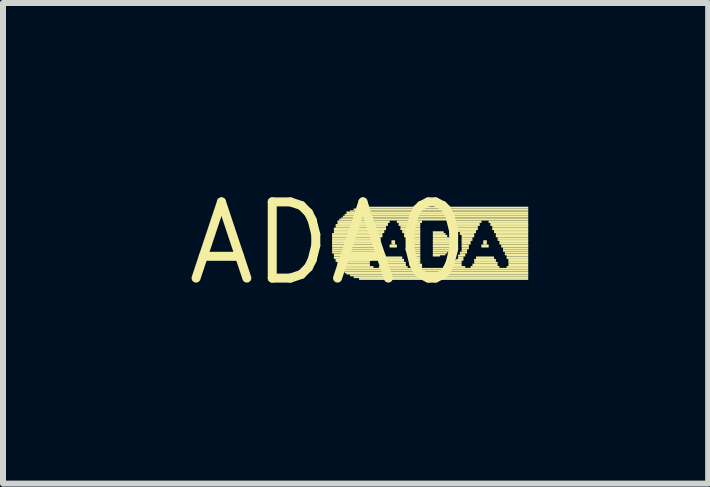
<source format=kicad_pcb>
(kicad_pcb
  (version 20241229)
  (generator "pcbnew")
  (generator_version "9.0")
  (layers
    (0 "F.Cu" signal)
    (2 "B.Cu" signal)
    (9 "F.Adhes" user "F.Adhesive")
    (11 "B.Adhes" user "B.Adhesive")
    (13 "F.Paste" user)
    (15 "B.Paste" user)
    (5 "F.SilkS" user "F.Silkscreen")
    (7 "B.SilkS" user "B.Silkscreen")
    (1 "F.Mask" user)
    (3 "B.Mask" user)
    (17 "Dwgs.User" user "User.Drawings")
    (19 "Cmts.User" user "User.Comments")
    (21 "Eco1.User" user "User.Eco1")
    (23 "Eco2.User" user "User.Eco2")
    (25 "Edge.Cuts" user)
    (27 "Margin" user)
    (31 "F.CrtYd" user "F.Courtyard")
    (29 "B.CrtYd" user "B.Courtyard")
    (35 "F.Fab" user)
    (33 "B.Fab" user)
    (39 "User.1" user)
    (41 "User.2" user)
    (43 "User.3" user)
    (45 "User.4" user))
  (footprint "ADA0"
    (layer "F.Cu")
    (at 2.426 1.006)
    (property "Reference" "ADA0" (at 0 0 0) (layer "F.SilkS") (effects (font (size 1.27 1.27) (thickness 0.15))))
    (fp_poly (pts (xy 0.06 -0.14) (xy 0.9 -0.14) (xy 0.9 -0.17) (xy 0.06 -0.17)) (stroke (width 0) (type default)) (fill yes) (layer "F.SilkS"))
    (fp_poly (pts (xy 0.06 -0.1) (xy 0.9 -0.1) (xy 0.9 -0.14) (xy 0.06 -0.14)) (stroke (width 0) (type default)) (fill yes) (layer "F.SilkS"))
    (fp_poly (pts (xy 0.06 -0.07) (xy 0.87 -0.07) (xy 0.87 -0.1) (xy 0.06 -0.1)) (stroke (width 0) (type default)) (fill yes) (layer "F.SilkS"))
    (fp_poly (pts (xy 0.06 -0.04) (xy 0.87 -0.04) (xy 0.87 -0.07) (xy 0.06 -0.07)) (stroke (width 0) (type default)) (fill yes) (layer "F.SilkS"))
    (fp_poly (pts (xy 0.06 -0.02) (xy 0.84 -0.02) (xy 0.84 -0.05) (xy 0.06 -0.05)) (stroke (width 0) (type default)) (fill yes) (layer "F.SilkS"))
    (fp_poly (pts (xy 0.06 0.02) (xy 0.84 0.02) (xy 0.84 -0.02) (xy 0.06 -0.02)) (stroke (width 0) (type default)) (fill yes) (layer "F.SilkS"))
    (fp_poly (pts (xy 0.06 0.05) (xy 0.81 0.05) (xy 0.81 0.02) (xy 0.06 0.02)) (stroke (width 0) (type default)) (fill yes) (layer "F.SilkS"))
    (fp_poly (pts (xy 0.06 0.07) (xy 0.81 0.07) (xy 0.81 0.04) (xy 0.06 0.04)) (stroke (width 0) (type default)) (fill yes) (layer "F.SilkS"))
    (fp_poly (pts (xy 0.06 0.1) (xy 0.81 0.1) (xy 0.81 0.07) (xy 0.06 0.07)) (stroke (width 0) (type default)) (fill yes) (layer "F.SilkS"))
    (fp_poly (pts (xy 0.06 0.14) (xy 0.78 0.14) (xy 0.78 0.1) (xy 0.06 0.1)) (stroke (width 0) (type default)) (fill yes) (layer "F.SilkS"))
    (fp_poly (pts (xy 0.06 0.17) (xy 0.78 0.17) (xy 0.78 0.14) (xy 0.06 0.14)) (stroke (width 0) (type default)) (fill yes) (layer "F.SilkS"))
    (fp_poly (pts (xy 0.09 -0.22) (xy 0.96 -0.22) (xy 0.96 -0.26) (xy 0.09 -0.26)) (stroke (width 0) (type default)) (fill yes) (layer "F.SilkS"))
    (fp_poly (pts (xy 0.09 -0.19) (xy 0.93 -0.19) (xy 0.93 -0.22) (xy 0.09 -0.22)) (stroke (width 0) (type default)) (fill yes) (layer "F.SilkS"))
    (fp_poly (pts (xy 0.09 -0.17) (xy 0.93 -0.17) (xy 0.93 -0.2) (xy 0.09 -0.2)) (stroke (width 0) (type default)) (fill yes) (layer "F.SilkS"))
    (fp_poly (pts (xy 0.09 0.2) (xy 0.75 0.2) (xy 0.75 0.17) (xy 0.09 0.17)) (stroke (width 0) (type default)) (fill yes) (layer "F.SilkS"))
    (fp_poly (pts (xy 0.09 0.22) (xy 0.75 0.22) (xy 0.75 0.19) (xy 0.09 0.19)) (stroke (width 0) (type default)) (fill yes) (layer "F.SilkS"))
    (fp_poly (pts (xy 0.09 0.26) (xy 0.72 0.26) (xy 0.72 0.22) (xy 0.09 0.22)) (stroke (width 0) (type default)) (fill yes) (layer "F.SilkS"))
    (fp_poly (pts (xy 0.12 -0.29) (xy 0.99 -0.29) (xy 0.99 -0.32) (xy 0.12 -0.32)) (stroke (width 0) (type default)) (fill yes) (layer "F.SilkS"))
    (fp_poly (pts (xy 0.12 -0.26) (xy 0.96 -0.26) (xy 0.96 -0.29) (xy 0.12 -0.29)) (stroke (width 0) (type default)) (fill yes) (layer "F.SilkS"))
    (fp_poly (pts (xy 0.12 0.29) (xy 0.72 0.29) (xy 0.72 0.26) (xy 0.12 0.26)) (stroke (width 0) (type default)) (fill yes) (layer "F.SilkS"))
    (fp_poly (pts (xy 0.12 0.31) (xy 0.69 0.31) (xy 0.69 0.28) (xy 0.12 0.28)) (stroke (width 0) (type default)) (fill yes) (layer "F.SilkS"))
    (fp_poly (pts (xy 0.15 -0.34) (xy 1.02 -0.34) (xy 1.02 -0.38) (xy 0.15 -0.38)) (stroke (width 0) (type default)) (fill yes) (layer "F.SilkS"))
    (fp_poly (pts (xy 0.15 -0.31) (xy 0.99 -0.31) (xy 0.99 -0.34) (xy 0.15 -0.34)) (stroke (width 0) (type default)) (fill yes) (layer "F.SilkS"))
    (fp_poly (pts (xy 0.15 0.34) (xy 0.69 0.34) (xy 0.69 0.31) (xy 0.15 0.31)) (stroke (width 0) (type default)) (fill yes) (layer "F.SilkS"))
    (fp_poly (pts (xy 0.15 0.38) (xy 0.69 0.38) (xy 0.69 0.34) (xy 0.15 0.34)) (stroke (width 0) (type default)) (fill yes) (layer "F.SilkS"))
    (fp_poly (pts (xy 0.18 -0.38) (xy 3.33 -0.38) (xy 3.33 -0.41) (xy 0.18 -0.41)) (stroke (width 0) (type default)) (fill yes) (layer "F.SilkS"))
    (fp_poly (pts (xy 0.18 0.41) (xy 0.75 0.41) (xy 0.75 0.38) (xy 0.18 0.38)) (stroke (width 0) (type default)) (fill yes) (layer "F.SilkS"))
    (fp_poly (pts (xy 0.21 -0.41) (xy 3.33 -0.41) (xy 3.33 -0.43) (xy 0.21 -0.43)) (stroke (width 0) (type default)) (fill yes) (layer "F.SilkS"))
    (fp_poly (pts (xy 0.21 0.44) (xy 3.33 0.44) (xy 3.33 0.41) (xy 0.21 0.41)) (stroke (width 0) (type default)) (fill yes) (layer "F.SilkS"))
    (fp_poly (pts (xy 0.24 -0.43) (xy 3.33 -0.43) (xy 3.33 -0.46) (xy 0.24 -0.46)) (stroke (width 0) (type default)) (fill yes) (layer "F.SilkS"))
    (fp_poly (pts (xy 0.24 0.47) (xy 3.33 0.47) (xy 3.33 0.44) (xy 0.24 0.44)) (stroke (width 0) (type default)) (fill yes) (layer "F.SilkS"))
    (fp_poly (pts (xy 0.27 -0.46) (xy 3.33 -0.46) (xy 3.33 -0.49) (xy 0.27 -0.49)) (stroke (width 0) (type default)) (fill yes) (layer "F.SilkS"))
    (fp_poly (pts (xy 0.27 0.5) (xy 3.33 0.5) (xy 3.33 0.47) (xy 0.27 0.47)) (stroke (width 0) (type default)) (fill yes) (layer "F.SilkS"))
    (fp_poly (pts (xy 0.3 -0.49) (xy 3.33 -0.49) (xy 3.33 -0.53) (xy 0.3 -0.53)) (stroke (width 0) (type default)) (fill yes) (layer "F.SilkS"))
    (fp_poly (pts (xy 0.3 0.52) (xy 3.33 0.52) (xy 3.33 0.49) (xy 0.3 0.49)) (stroke (width 0) (type default)) (fill yes) (layer "F.SilkS"))
    (fp_poly (pts (xy 0.36 -0.53) (xy 3.33 -0.53) (xy 3.33 -0.55) (xy 0.36 -0.55)) (stroke (width 0) (type default)) (fill yes) (layer "F.SilkS"))
    (fp_poly (pts (xy 0.36 0.55) (xy 3.33 0.55) (xy 3.33 0.52) (xy 0.36 0.52)) (stroke (width 0) (type default)) (fill yes) (layer "F.SilkS"))
    (fp_poly (pts (xy 0.42 -0.55) (xy 3.33 -0.55) (xy 3.33 -0.58) (xy 0.42 -0.58)) (stroke (width 0) (type default)) (fill yes) (layer "F.SilkS"))
    (fp_poly (pts (xy 0.42 0.58) (xy 3.33 0.58) (xy 3.33 0.55) (xy 0.42 0.55)) (stroke (width 0) (type default)) (fill yes) (layer "F.SilkS"))
    (fp_poly (pts (xy 0.51 -0.58) (xy 3.33 -0.58) (xy 3.33 -0.61) (xy 0.51 -0.61)) (stroke (width 0) (type default)) (fill yes) (layer "F.SilkS"))
    (fp_poly (pts (xy 0.51 0.61) (xy 3.33 0.61) (xy 3.33 0.58) (xy 0.51 0.58)) (stroke (width 0) (type default)) (fill yes) (layer "F.SilkS"))
    (fp_poly (pts (xy 0.84 0.41) (xy 1.32 0.41) (xy 1.32 0.38) (xy 0.84 0.38)) (stroke (width 0) (type default)) (fill yes) (layer "F.SilkS"))
    (fp_poly (pts (xy 0.87 0.38) (xy 1.29 0.38) (xy 1.29 0.34) (xy 0.87 0.34)) (stroke (width 0) (type default)) (fill yes) (layer "F.SilkS"))
    (fp_poly (pts (xy 0.9 0.29) (xy 1.26 0.29) (xy 1.26 0.26) (xy 0.9 0.26)) (stroke (width 0) (type default)) (fill yes) (layer "F.SilkS"))
    (fp_poly (pts (xy 0.9 0.31) (xy 1.26 0.31) (xy 1.26 0.28) (xy 0.9 0.28)) (stroke (width 0) (type default)) (fill yes) (layer "F.SilkS"))
    (fp_poly (pts (xy 0.9 0.34) (xy 1.29 0.34) (xy 1.29 0.31) (xy 0.9 0.31)) (stroke (width 0) (type default)) (fill yes) (layer "F.SilkS"))
    (fp_poly (pts (xy 0.93 0.26) (xy 1.23 0.26) (xy 1.23 0.22) (xy 0.93 0.22)) (stroke (width 0) (type default)) (fill yes) (layer "F.SilkS"))
    (fp_poly (pts (xy 1.02 0.05) (xy 1.14 0.05) (xy 1.14 0.02) (xy 1.02 0.02)) (stroke (width 0) (type default)) (fill yes) (layer "F.SilkS"))
    (fp_poly (pts (xy 1.02 0.07) (xy 1.14 0.07) (xy 1.14 0.04) (xy 1.02 0.04)) (stroke (width 0) (type default)) (fill yes) (layer "F.SilkS"))
    (fp_poly (pts (xy 1.05 -0.02) (xy 1.11 -0.02) (xy 1.11 -0.05) (xy 1.05 -0.05)) (stroke (width 0) (type default)) (fill yes) (layer "F.SilkS"))
    (fp_poly (pts (xy 1.05 0.02) (xy 1.11 0.02) (xy 1.11 -0.02) (xy 1.05 -0.02)) (stroke (width 0) (type default)) (fill yes) (layer "F.SilkS"))
    (fp_poly (pts (xy 1.14 -0.34) (xy 1.56 -0.34) (xy 1.56 -0.38) (xy 1.14 -0.38)) (stroke (width 0) (type default)) (fill yes) (layer "F.SilkS"))
    (fp_poly (pts (xy 1.17 -0.31) (xy 1.53 -0.31) (xy 1.53 -0.34) (xy 1.17 -0.34)) (stroke (width 0) (type default)) (fill yes) (layer "F.SilkS"))
    (fp_poly (pts (xy 1.17 -0.29) (xy 1.53 -0.29) (xy 1.53 -0.32) (xy 1.17 -0.32)) (stroke (width 0) (type default)) (fill yes) (layer "F.SilkS"))
    (fp_poly (pts (xy 1.2 -0.26) (xy 1.53 -0.26) (xy 1.53 -0.29) (xy 1.2 -0.29)) (stroke (width 0) (type default)) (fill yes) (layer "F.SilkS"))
    (fp_poly (pts (xy 1.2 -0.22) (xy 1.53 -0.22) (xy 1.53 -0.26) (xy 1.2 -0.26)) (stroke (width 0) (type default)) (fill yes) (layer "F.SilkS"))
    (fp_poly (pts (xy 1.23 -0.19) (xy 1.53 -0.19) (xy 1.53 -0.22) (xy 1.23 -0.22)) (stroke (width 0) (type default)) (fill yes) (layer "F.SilkS"))
    (fp_poly (pts (xy 1.23 -0.17) (xy 1.53 -0.17) (xy 1.53 -0.2) (xy 1.23 -0.2)) (stroke (width 0) (type default)) (fill yes) (layer "F.SilkS"))
    (fp_poly (pts (xy 1.26 -0.14) (xy 1.53 -0.14) (xy 1.53 -0.17) (xy 1.26 -0.17)) (stroke (width 0) (type default)) (fill yes) (layer "F.SilkS"))
    (fp_poly (pts (xy 1.26 -0.1) (xy 1.53 -0.1) (xy 1.53 -0.14) (xy 1.26 -0.14)) (stroke (width 0) (type default)) (fill yes) (layer "F.SilkS"))
    (fp_poly (pts (xy 1.29 -0.07) (xy 1.53 -0.07) (xy 1.53 -0.1) (xy 1.29 -0.1)) (stroke (width 0) (type default)) (fill yes) (layer "F.SilkS"))
    (fp_poly (pts (xy 1.29 -0.04) (xy 1.53 -0.04) (xy 1.53 -0.07) (xy 1.29 -0.07)) (stroke (width 0) (type default)) (fill yes) (layer "F.SilkS"))
    (fp_poly (pts (xy 1.32 -0.02) (xy 1.53 -0.02) (xy 1.53 -0.05) (xy 1.32 -0.05)) (stroke (width 0) (type default)) (fill yes) (layer "F.SilkS"))
    (fp_poly (pts (xy 1.32 0.02) (xy 1.53 0.02) (xy 1.53 -0.02) (xy 1.32 -0.02)) (stroke (width 0) (type default)) (fill yes) (layer "F.SilkS"))
    (fp_poly (pts (xy 1.35 0.05) (xy 1.53 0.05) (xy 1.53 0.02) (xy 1.35 0.02)) (stroke (width 0) (type default)) (fill yes) (layer "F.SilkS"))
    (fp_poly (pts (xy 1.35 0.07) (xy 1.53 0.07) (xy 1.53 0.04) (xy 1.35 0.04)) (stroke (width 0) (type default)) (fill yes) (layer "F.SilkS"))
    (fp_poly (pts (xy 1.38 0.1) (xy 1.53 0.1) (xy 1.53 0.07) (xy 1.38 0.07)) (stroke (width 0) (type default)) (fill yes) (layer "F.SilkS"))
    (fp_poly (pts (xy 1.38 0.14) (xy 1.53 0.14) (xy 1.53 0.1) (xy 1.38 0.1)) (stroke (width 0) (type default)) (fill yes) (layer "F.SilkS"))
    (fp_poly (pts (xy 1.41 0.17) (xy 1.53 0.17) (xy 1.53 0.14) (xy 1.41 0.14)) (stroke (width 0) (type default)) (fill yes) (layer "F.SilkS"))
    (fp_poly (pts (xy 1.41 0.2) (xy 1.53 0.2) (xy 1.53 0.17) (xy 1.41 0.17)) (stroke (width 0) (type default)) (fill yes) (layer "F.SilkS"))
    (fp_poly (pts (xy 1.44 0.22) (xy 1.53 0.22) (xy 1.53 0.19) (xy 1.44 0.19)) (stroke (width 0) (type default)) (fill yes) (layer "F.SilkS"))
    (fp_poly (pts (xy 1.44 0.26) (xy 1.53 0.26) (xy 1.53 0.22) (xy 1.44 0.22)) (stroke (width 0) (type default)) (fill yes) (layer "F.SilkS"))
    (fp_poly (pts (xy 1.44 0.41) (xy 1.56 0.41) (xy 1.56 0.38) (xy 1.44 0.38)) (stroke (width 0) (type default)) (fill yes) (layer "F.SilkS"))
    (fp_poly (pts (xy 1.47 0.29) (xy 1.53 0.29) (xy 1.53 0.26) (xy 1.47 0.26)) (stroke (width 0) (type default)) (fill yes) (layer "F.SilkS"))
    (fp_poly (pts (xy 1.47 0.31) (xy 1.53 0.31) (xy 1.53 0.28) (xy 1.47 0.28)) (stroke (width 0) (type default)) (fill yes) (layer "F.SilkS"))
    (fp_poly (pts (xy 1.47 0.34) (xy 1.53 0.34) (xy 1.53 0.31) (xy 1.47 0.31)) (stroke (width 0) (type default)) (fill yes) (layer "F.SilkS"))
    (fp_poly (pts (xy 1.47 0.38) (xy 1.56 0.38) (xy 1.56 0.34) (xy 1.47 0.34)) (stroke (width 0) (type default)) (fill yes) (layer "F.SilkS"))
    (fp_poly (pts (xy 1.74 -0.17) (xy 1.92 -0.17) (xy 1.92 -0.2) (xy 1.74 -0.2)) (stroke (width 0) (type default)) (fill yes) (layer "F.SilkS"))
    (fp_poly (pts (xy 1.74 -0.14) (xy 1.95 -0.14) (xy 1.95 -0.17) (xy 1.74 -0.17)) (stroke (width 0) (type default)) (fill yes) (layer "F.SilkS"))
    (fp_poly (pts (xy 1.74 -0.1) (xy 1.98 -0.1) (xy 1.98 -0.14) (xy 1.74 -0.14)) (stroke (width 0) (type default)) (fill yes) (layer "F.SilkS"))
    (fp_poly (pts (xy 1.74 -0.07) (xy 2.01 -0.07) (xy 2.01 -0.1) (xy 1.74 -0.1)) (stroke (width 0) (type default)) (fill yes) (layer "F.SilkS"))
    (fp_poly (pts (xy 1.74 -0.04) (xy 2.04 -0.04) (xy 2.04 -0.07) (xy 1.74 -0.07)) (stroke (width 0) (type default)) (fill yes) (layer "F.SilkS"))
    (fp_poly (pts (xy 1.74 -0.02) (xy 2.04 -0.02) (xy 2.04 -0.05) (xy 1.74 -0.05)) (stroke (width 0) (type default)) (fill yes) (layer "F.SilkS"))
    (fp_poly (pts (xy 1.74 0.02) (xy 2.04 0.02) (xy 2.04 -0.02) (xy 1.74 -0.02)) (stroke (width 0) (type default)) (fill yes) (layer "F.SilkS"))
    (fp_poly (pts (xy 1.74 0.05) (xy 2.04 0.05) (xy 2.04 0.02) (xy 1.74 0.02)) (stroke (width 0) (type default)) (fill yes) (layer "F.SilkS"))
    (fp_poly (pts (xy 1.74 0.07) (xy 2.04 0.07) (xy 2.04 0.04) (xy 1.74 0.04)) (stroke (width 0) (type default)) (fill yes) (layer "F.SilkS"))
    (fp_poly (pts (xy 1.74 0.1) (xy 2.01 0.1) (xy 2.01 0.07) (xy 1.74 0.07)) (stroke (width 0) (type default)) (fill yes) (layer "F.SilkS"))
    (fp_poly (pts (xy 1.74 0.14) (xy 2.01 0.14) (xy 2.01 0.1) (xy 1.74 0.1)) (stroke (width 0) (type default)) (fill yes) (layer "F.SilkS"))
    (fp_poly (pts (xy 1.74 0.17) (xy 1.98 0.17) (xy 1.98 0.14) (xy 1.74 0.14)) (stroke (width 0) (type default)) (fill yes) (layer "F.SilkS"))
    (fp_poly (pts (xy 1.74 0.2) (xy 1.95 0.2) (xy 1.95 0.17) (xy 1.74 0.17)) (stroke (width 0) (type default)) (fill yes) (layer "F.SilkS"))
    (fp_poly (pts (xy 1.74 0.22) (xy 1.86 0.22) (xy 1.86 0.19) (xy 1.74 0.19)) (stroke (width 0) (type default)) (fill yes) (layer "F.SilkS"))
    (fp_poly (pts (xy 1.92 0.41) (xy 2.28 0.41) (xy 2.28 0.38) (xy 1.92 0.38)) (stroke (width 0) (type default)) (fill yes) (layer "F.SilkS"))
    (fp_poly (pts (xy 1.98 -0.34) (xy 2.55 -0.34) (xy 2.55 -0.38) (xy 1.98 -0.38)) (stroke (width 0) (type default)) (fill yes) (layer "F.SilkS"))
    (fp_poly (pts (xy 2.01 0.38) (xy 2.22 0.38) (xy 2.22 0.34) (xy 2.01 0.34)) (stroke (width 0) (type default)) (fill yes) (layer "F.SilkS"))
    (fp_poly (pts (xy 2.04 -0.31) (xy 2.52 -0.31) (xy 2.52 -0.34) (xy 2.04 -0.34)) (stroke (width 0) (type default)) (fill yes) (layer "F.SilkS"))
    (fp_poly (pts (xy 2.07 -0.29) (xy 2.52 -0.29) (xy 2.52 -0.32) (xy 2.07 -0.32)) (stroke (width 0) (type default)) (fill yes) (layer "F.SilkS"))
    (fp_poly (pts (xy 2.07 0.34) (xy 2.22 0.34) (xy 2.22 0.31) (xy 2.07 0.31)) (stroke (width 0) (type default)) (fill yes) (layer "F.SilkS"))
    (fp_poly (pts (xy 2.1 -0.26) (xy 2.49 -0.26) (xy 2.49 -0.29) (xy 2.1 -0.29)) (stroke (width 0) (type default)) (fill yes) (layer "F.SilkS"))
    (fp_poly (pts (xy 2.1 0.31) (xy 2.22 0.31) (xy 2.22 0.28) (xy 2.1 0.28)) (stroke (width 0) (type default)) (fill yes) (layer "F.SilkS"))
    (fp_poly (pts (xy 2.13 -0.22) (xy 2.49 -0.22) (xy 2.49 -0.26) (xy 2.13 -0.26)) (stroke (width 0) (type default)) (fill yes) (layer "F.SilkS"))
    (fp_poly (pts (xy 2.13 0.29) (xy 2.25 0.29) (xy 2.25 0.26) (xy 2.13 0.26)) (stroke (width 0) (type default)) (fill yes) (layer "F.SilkS"))
    (fp_poly (pts (xy 2.16 -0.19) (xy 2.46 -0.19) (xy 2.46 -0.22) (xy 2.16 -0.22)) (stroke (width 0) (type default)) (fill yes) (layer "F.SilkS"))
    (fp_poly (pts (xy 2.16 0.22) (xy 2.28 0.22) (xy 2.28 0.19) (xy 2.16 0.19)) (stroke (width 0) (type default)) (fill yes) (layer "F.SilkS"))
    (fp_poly (pts (xy 2.16 0.26) (xy 2.25 0.26) (xy 2.25 0.22) (xy 2.16 0.22)) (stroke (width 0) (type default)) (fill yes) (layer "F.SilkS"))
    (fp_poly (pts (xy 2.19 -0.17) (xy 2.46 -0.17) (xy 2.46 -0.2) (xy 2.19 -0.2)) (stroke (width 0) (type default)) (fill yes) (layer "F.SilkS"))
    (fp_poly (pts (xy 2.19 -0.14) (xy 2.43 -0.14) (xy 2.43 -0.17) (xy 2.19 -0.17)) (stroke (width 0) (type default)) (fill yes) (layer "F.SilkS"))
    (fp_poly (pts (xy 2.19 0.17) (xy 2.31 0.17) (xy 2.31 0.14) (xy 2.19 0.14)) (stroke (width 0) (type default)) (fill yes) (layer "F.SilkS"))
    (fp_poly (pts (xy 2.19 0.2) (xy 2.28 0.2) (xy 2.28 0.17) (xy 2.19 0.17)) (stroke (width 0) (type default)) (fill yes) (layer "F.SilkS"))
    (fp_poly (pts (xy 2.22 -0.1) (xy 2.43 -0.1) (xy 2.43 -0.14) (xy 2.22 -0.14)) (stroke (width 0) (type default)) (fill yes) (layer "F.SilkS"))
    (fp_poly (pts (xy 2.22 -0.07) (xy 2.4 -0.07) (xy 2.4 -0.1) (xy 2.22 -0.1)) (stroke (width 0) (type default)) (fill yes) (layer "F.SilkS"))
    (fp_poly (pts (xy 2.22 -0.04) (xy 2.4 -0.04) (xy 2.4 -0.07) (xy 2.22 -0.07)) (stroke (width 0) (type default)) (fill yes) (layer "F.SilkS"))
    (fp_poly (pts (xy 2.22 -0.02) (xy 2.37 -0.02) (xy 2.37 -0.05) (xy 2.22 -0.05)) (stroke (width 0) (type default)) (fill yes) (layer "F.SilkS"))
    (fp_poly (pts (xy 2.22 0.02) (xy 2.37 0.02) (xy 2.37 -0.02) (xy 2.22 -0.02)) (stroke (width 0) (type default)) (fill yes) (layer "F.SilkS"))
    (fp_poly (pts (xy 2.22 0.05) (xy 2.34 0.05) (xy 2.34 0.02) (xy 2.22 0.02)) (stroke (width 0) (type default)) (fill yes) (layer "F.SilkS"))
    (fp_poly (pts (xy 2.22 0.07) (xy 2.34 0.07) (xy 2.34 0.04) (xy 2.22 0.04)) (stroke (width 0) (type default)) (fill yes) (layer "F.SilkS"))
    (fp_poly (pts (xy 2.22 0.1) (xy 2.34 0.1) (xy 2.34 0.07) (xy 2.22 0.07)) (stroke (width 0) (type default)) (fill yes) (layer "F.SilkS"))
    (fp_poly (pts (xy 2.22 0.14) (xy 2.31 0.14) (xy 2.31 0.1) (xy 2.22 0.1)) (stroke (width 0) (type default)) (fill yes) (layer "F.SilkS"))
    (fp_poly (pts (xy 2.37 0.41) (xy 2.85 0.41) (xy 2.85 0.38) (xy 2.37 0.38)) (stroke (width 0) (type default)) (fill yes) (layer "F.SilkS"))
    (fp_poly (pts (xy 2.4 0.38) (xy 2.82 0.38) (xy 2.82 0.34) (xy 2.4 0.34)) (stroke (width 0) (type default)) (fill yes) (layer "F.SilkS"))
    (fp_poly (pts (xy 2.43 0.29) (xy 2.79 0.29) (xy 2.79 0.26) (xy 2.43 0.26)) (stroke (width 0) (type default)) (fill yes) (layer "F.SilkS"))
    (fp_poly (pts (xy 2.43 0.31) (xy 2.79 0.31) (xy 2.79 0.28) (xy 2.43 0.28)) (stroke (width 0) (type default)) (fill yes) (layer "F.SilkS"))
    (fp_poly (pts (xy 2.43 0.34) (xy 2.82 0.34) (xy 2.82 0.31) (xy 2.43 0.31)) (stroke (width 0) (type default)) (fill yes) (layer "F.SilkS"))
    (fp_poly (pts (xy 2.46 0.26) (xy 2.76 0.26) (xy 2.76 0.22) (xy 2.46 0.22)) (stroke (width 0) (type default)) (fill yes) (layer "F.SilkS"))
    (fp_poly (pts (xy 2.55 0.05) (xy 2.67 0.05) (xy 2.67 0.02) (xy 2.55 0.02)) (stroke (width 0) (type default)) (fill yes) (layer "F.SilkS"))
    (fp_poly (pts (xy 2.55 0.07) (xy 2.67 0.07) (xy 2.67 0.04) (xy 2.55 0.04)) (stroke (width 0) (type default)) (fill yes) (layer "F.SilkS"))
    (fp_poly (pts (xy 2.58 -0.02) (xy 2.64 -0.02) (xy 2.64 -0.05) (xy 2.58 -0.05)) (stroke (width 0) (type default)) (fill yes) (layer "F.SilkS"))
    (fp_poly (pts (xy 2.58 0.02) (xy 2.64 0.02) (xy 2.64 -0.02) (xy 2.58 -0.02)) (stroke (width 0) (type default)) (fill yes) (layer "F.SilkS"))
    (fp_poly (pts (xy 2.67 -0.34) (xy 3.33 -0.34) (xy 3.33 -0.38) (xy 2.67 -0.38)) (stroke (width 0) (type default)) (fill yes) (layer "F.SilkS"))
    (fp_poly (pts (xy 2.7 -0.31) (xy 3.33 -0.31) (xy 3.33 -0.34) (xy 2.7 -0.34)) (stroke (width 0) (type default)) (fill yes) (layer "F.SilkS"))
    (fp_poly (pts (xy 2.7 -0.29) (xy 3.33 -0.29) (xy 3.33 -0.32) (xy 2.7 -0.32)) (stroke (width 0) (type default)) (fill yes) (layer "F.SilkS"))
    (fp_poly (pts (xy 2.73 -0.26) (xy 3.33 -0.26) (xy 3.33 -0.29) (xy 2.73 -0.29)) (stroke (width 0) (type default)) (fill yes) (layer "F.SilkS"))
    (fp_poly (pts (xy 2.73 -0.22) (xy 3.33 -0.22) (xy 3.33 -0.26) (xy 2.73 -0.26)) (stroke (width 0) (type default)) (fill yes) (layer "F.SilkS"))
    (fp_poly (pts (xy 2.76 -0.19) (xy 3.33 -0.19) (xy 3.33 -0.22) (xy 2.76 -0.22)) (stroke (width 0) (type default)) (fill yes) (layer "F.SilkS"))
    (fp_poly (pts (xy 2.76 -0.17) (xy 3.33 -0.17) (xy 3.33 -0.2) (xy 2.76 -0.2)) (stroke (width 0) (type default)) (fill yes) (layer "F.SilkS"))
    (fp_poly (pts (xy 2.79 -0.14) (xy 3.33 -0.14) (xy 3.33 -0.17) (xy 2.79 -0.17)) (stroke (width 0) (type default)) (fill yes) (layer "F.SilkS"))
    (fp_poly (pts (xy 2.79 -0.1) (xy 3.33 -0.1) (xy 3.33 -0.14) (xy 2.79 -0.14)) (stroke (width 0) (type default)) (fill yes) (layer "F.SilkS"))
    (fp_poly (pts (xy 2.82 -0.07) (xy 3.33 -0.07) (xy 3.33 -0.1) (xy 2.82 -0.1)) (stroke (width 0) (type default)) (fill yes) (layer "F.SilkS"))
    (fp_poly (pts (xy 2.82 -0.04) (xy 3.33 -0.04) (xy 3.33 -0.07) (xy 2.82 -0.07)) (stroke (width 0) (type default)) (fill yes) (layer "F.SilkS"))
    (fp_poly (pts (xy 2.85 -0.02) (xy 3.33 -0.02) (xy 3.33 -0.05) (xy 2.85 -0.05)) (stroke (width 0) (type default)) (fill yes) (layer "F.SilkS"))
    (fp_poly (pts (xy 2.85 0.02) (xy 3.33 0.02) (xy 3.33 -0.02) (xy 2.85 -0.02)) (stroke (width 0) (type default)) (fill yes) (layer "F.SilkS"))
    (fp_poly (pts (xy 2.88 0.05) (xy 3.33 0.05) (xy 3.33 0.02) (xy 2.88 0.02)) (stroke (width 0) (type default)) (fill yes) (layer "F.SilkS"))
    (fp_poly (pts (xy 2.88 0.07) (xy 3.33 0.07) (xy 3.33 0.04) (xy 2.88 0.04)) (stroke (width 0) (type default)) (fill yes) (layer "F.SilkS"))
    (fp_poly (pts (xy 2.91 0.1) (xy 3.33 0.1) (xy 3.33 0.07) (xy 2.91 0.07)) (stroke (width 0) (type default)) (fill yes) (layer "F.SilkS"))
    (fp_poly (pts (xy 2.91 0.14) (xy 3.33 0.14) (xy 3.33 0.1) (xy 2.91 0.1)) (stroke (width 0) (type default)) (fill yes) (layer "F.SilkS"))
    (fp_poly (pts (xy 2.94 0.17) (xy 3.33 0.17) (xy 3.33 0.14) (xy 2.94 0.14)) (stroke (width 0) (type default)) (fill yes) (layer "F.SilkS"))
    (fp_poly (pts (xy 2.94 0.2) (xy 3.33 0.2) (xy 3.33 0.17) (xy 2.94 0.17)) (stroke (width 0) (type default)) (fill yes) (layer "F.SilkS"))
    (fp_poly (pts (xy 2.97 0.22) (xy 3.33 0.22) (xy 3.33 0.19) (xy 2.97 0.19)) (stroke (width 0) (type default)) (fill yes) (layer "F.SilkS"))
    (fp_poly (pts (xy 2.97 0.26) (xy 3.33 0.26) (xy 3.33 0.22) (xy 2.97 0.22)) (stroke (width 0) (type default)) (fill yes) (layer "F.SilkS"))
    (fp_poly (pts (xy 2.97 0.41) (xy 3.33 0.41) (xy 3.33 0.38) (xy 2.97 0.38)) (stroke (width 0) (type default)) (fill yes) (layer "F.SilkS"))
    (fp_poly (pts (xy 3 0.29) (xy 3.33 0.29) (xy 3.33 0.26) (xy 3 0.26)) (stroke (width 0) (type default)) (fill yes) (layer "F.SilkS"))
    (fp_poly (pts (xy 3 0.31) (xy 3.33 0.31) (xy 3.33 0.28) (xy 3 0.28)) (stroke (width 0) (type default)) (fill yes) (layer "F.SilkS"))
    (fp_poly (pts (xy 3 0.34) (xy 3.33 0.34) (xy 3.33 0.31) (xy 3 0.31)) (stroke (width 0) (type default)) (fill yes) (layer "F.SilkS"))
    (fp_poly (pts (xy 3 0.38) (xy 3.33 0.38) (xy 3.33 0.34) (xy 3 0.34)) (stroke (width 0) (type default)) (fill yes) (layer "F.SilkS")))
  (gr_rect
    (start -3 -3)
    (end 8.756 5.012)
    (stroke (width 0.1) (type default))
    (fill no)
    (layer "Edge.Cuts")))
</source>
